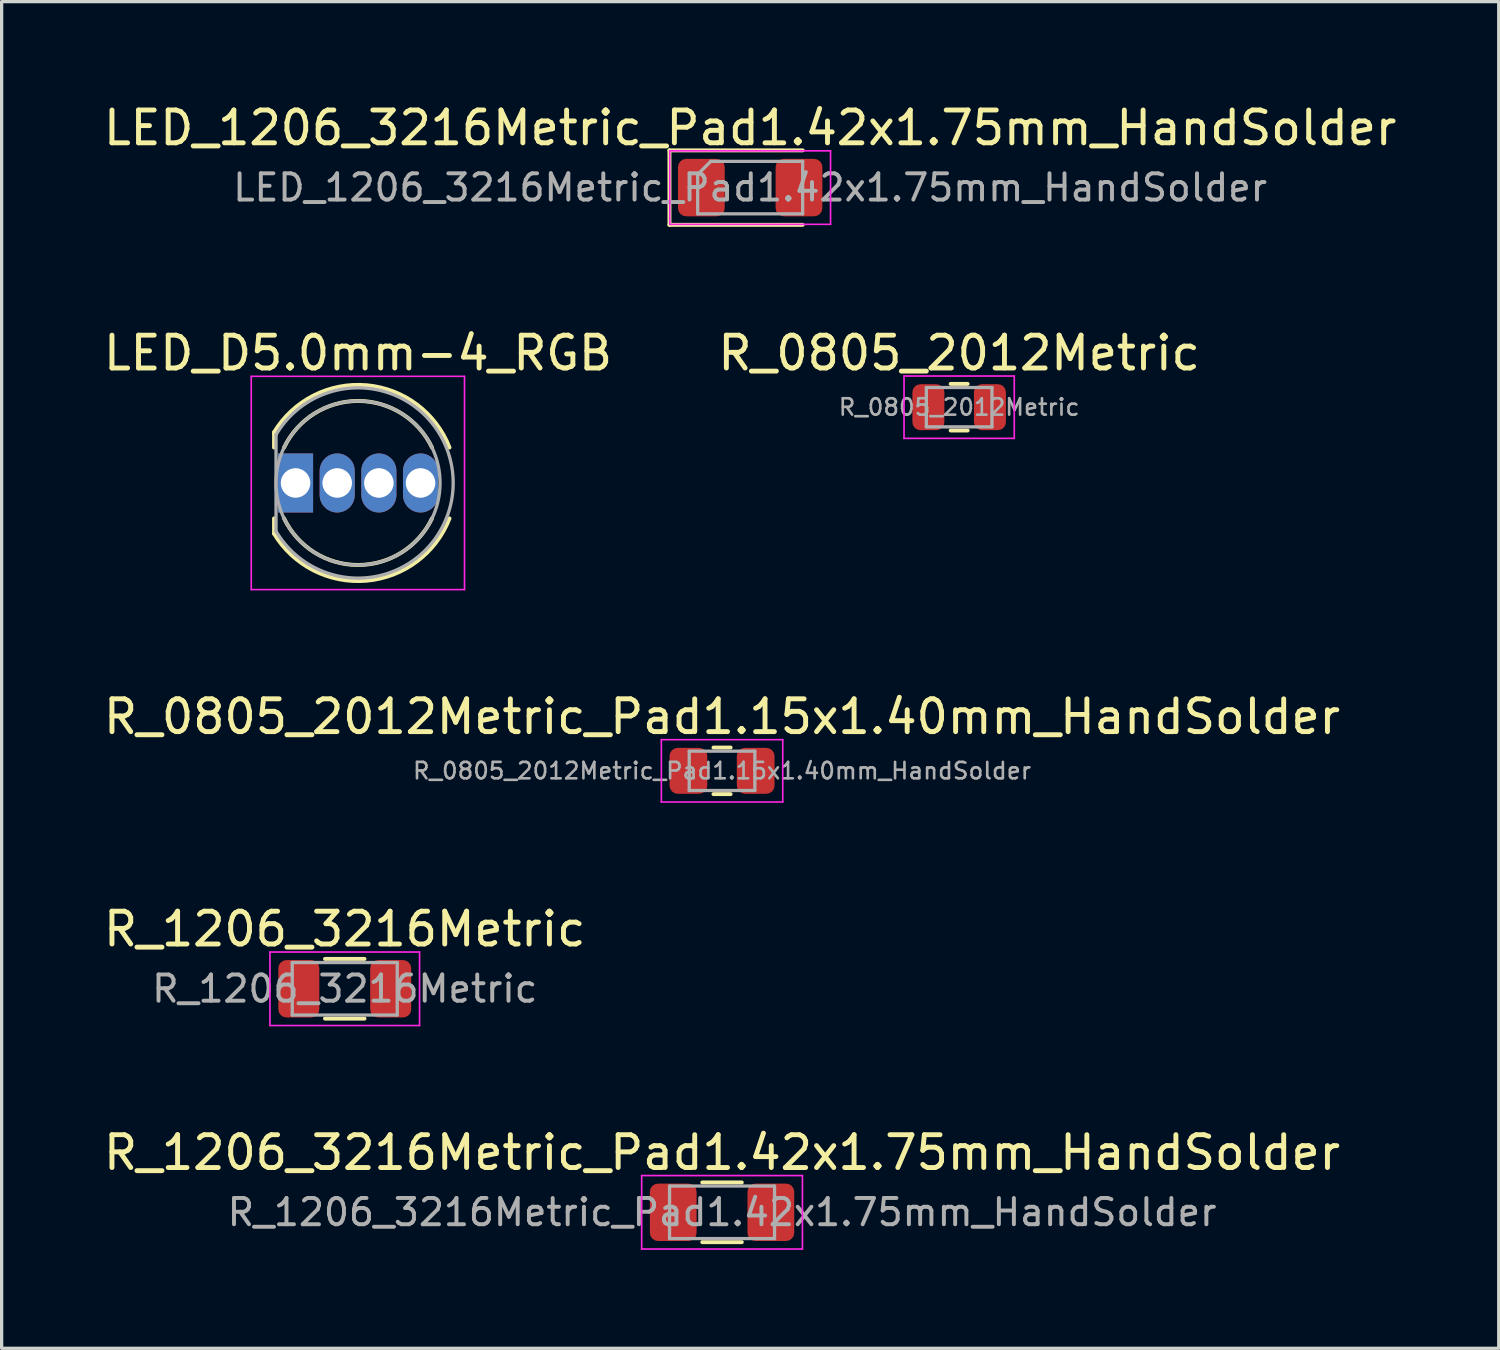
<source format=kicad_pcb>
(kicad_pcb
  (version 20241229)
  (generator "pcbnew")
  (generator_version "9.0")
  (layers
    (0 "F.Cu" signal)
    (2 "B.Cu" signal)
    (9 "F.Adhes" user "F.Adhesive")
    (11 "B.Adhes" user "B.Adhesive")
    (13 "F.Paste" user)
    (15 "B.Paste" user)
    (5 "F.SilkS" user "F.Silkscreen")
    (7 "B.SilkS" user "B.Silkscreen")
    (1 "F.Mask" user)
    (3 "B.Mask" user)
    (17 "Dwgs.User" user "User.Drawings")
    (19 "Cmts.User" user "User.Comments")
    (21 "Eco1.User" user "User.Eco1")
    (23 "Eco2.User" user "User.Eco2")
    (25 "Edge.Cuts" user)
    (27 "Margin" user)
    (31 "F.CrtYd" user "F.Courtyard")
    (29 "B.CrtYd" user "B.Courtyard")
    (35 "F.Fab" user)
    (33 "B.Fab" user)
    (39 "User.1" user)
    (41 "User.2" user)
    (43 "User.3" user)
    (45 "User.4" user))
  (footprint "R_1206_3216Metric_Pad1.42x1.75mm_HandSolder"
    (layer "F.Cu")
    (at 18.958 33.901)
    (property "Reference" "R_1206_3216Metric_Pad1.42x1.75mm_HandSolder" (at 0 -1.82 0) (layer "F.SilkS") (effects (font (size 1 1) (thickness 0.15))))
    (attr smd)
    (fp_line (start -0.602 -0.91) (end 0.602 -0.91) (stroke (width 0.12) (type solid)) (layer "F.SilkS"))
    (fp_line (start -0.602 0.91) (end 0.602 0.91) (stroke (width 0.12) (type solid)) (layer "F.SilkS"))
    (fp_line (start -2.45 -1.12) (end 2.45 -1.12) (stroke (width 0.05) (type solid)) (layer "F.CrtYd"))
    (fp_line (start -2.45 1.12) (end -2.45 -1.12) (stroke (width 0.05) (type solid)) (layer "F.CrtYd"))
    (fp_line (start 2.45 -1.12) (end 2.45 1.12) (stroke (width 0.05) (type solid)) (layer "F.CrtYd"))
    (fp_line (start 2.45 1.12) (end -2.45 1.12) (stroke (width 0.05) (type solid)) (layer "F.CrtYd"))
    (fp_line (start -1.6 -0.8) (end 1.6 -0.8) (stroke (width 0.1) (type solid)) (layer "F.Fab"))
    (fp_line (start -1.6 0.8) (end -1.6 -0.8) (stroke (width 0.1) (type solid)) (layer "F.Fab"))
    (fp_line (start 1.6 -0.8) (end 1.6 0.8) (stroke (width 0.1) (type solid)) (layer "F.Fab"))
    (fp_line (start 1.6 0.8) (end -1.6 0.8) (stroke (width 0.1) (type solid)) (layer "F.Fab"))
    (fp_text user "${REFERENCE}" (at 0 0 0) (layer "F.Fab") (effects (font (size 0.8 0.8) (thickness 0.12))))
    (pad "1" smd roundrect (at -1.488 0) (size 1.425 1.75) (layers "F.Cu" "F.Mask" "F.Paste") (roundrect_rratio 0.175))
    (pad "2" smd roundrect (at 1.488 0) (size 1.425 1.75) (layers "F.Cu" "F.Mask" "F.Paste") (roundrect_rratio 0.175)))
  (footprint "LED_1206_3216Metric_Pad1.42x1.75mm_HandSolder"
    (layer "F.Cu")
    (at 19.815 2.668)
    (property "Reference" "LED_1206_3216Metric_Pad1.42x1.75mm_HandSolder" (at 0 -1.82 0) (layer "F.SilkS") (effects (font (size 1 1) (thickness 0.15))))
    (attr smd)
    (fp_line (start -2.46 -1.135) (end -2.46 1.135) (stroke (width 0.12) (type solid)) (layer "F.SilkS"))
    (fp_line (start -2.46 1.135) (end 1.6 1.135) (stroke (width 0.12) (type solid)) (layer "F.SilkS"))
    (fp_line (start 1.6 -1.135) (end -2.46 -1.135) (stroke (width 0.12) (type solid)) (layer "F.SilkS"))
    (fp_line (start -2.45 -1.12) (end 2.45 -1.12) (stroke (width 0.05) (type solid)) (layer "F.CrtYd"))
    (fp_line (start -2.45 1.12) (end -2.45 -1.12) (stroke (width 0.05) (type solid)) (layer "F.CrtYd"))
    (fp_line (start 2.45 -1.12) (end 2.45 1.12) (stroke (width 0.05) (type solid)) (layer "F.CrtYd"))
    (fp_line (start 2.45 1.12) (end -2.45 1.12) (stroke (width 0.05) (type solid)) (layer "F.CrtYd"))
    (fp_line (start -1.6 -0.4) (end -1.6 0.8) (stroke (width 0.1) (type solid)) (layer "F.Fab"))
    (fp_line (start -1.6 0.8) (end 1.6 0.8) (stroke (width 0.1) (type solid)) (layer "F.Fab"))
    (fp_line (start -1.2 -0.8) (end -1.6 -0.4) (stroke (width 0.1) (type solid)) (layer "F.Fab"))
    (fp_line (start 1.6 -0.8) (end -1.2 -0.8) (stroke (width 0.1) (type solid)) (layer "F.Fab"))
    (fp_line (start 1.6 0.8) (end 1.6 -0.8) (stroke (width 0.1) (type solid)) (layer "F.Fab"))
    (fp_text user "${REFERENCE}" (at 0 0 0) (layer "F.Fab") (effects (font (size 0.8 0.8) (thickness 0.12))))
    (pad "1" smd roundrect (at -1.488 0) (size 1.425 1.75) (layers "F.Cu" "F.Mask" "F.Paste") (roundrect_rratio 0.175))
    (pad "2" smd roundrect (at 1.488 0) (size 1.425 1.75) (layers "F.Cu" "F.Mask" "F.Paste") (roundrect_rratio 0.175)))
  (footprint "R_0805_2012Metric"
    (layer "F.Cu")
    (at 26.185 9.361)
    (property "Reference" "R_0805_2012Metric" (at 0 -1.65 0) (layer "F.SilkS") (effects (font (size 1 1) (thickness 0.15))))
    (attr smd)
    (fp_line (start -0.259 -0.71) (end 0.259 -0.71) (stroke (width 0.12) (type solid)) (layer "F.SilkS"))
    (fp_line (start -0.259 0.71) (end 0.259 0.71) (stroke (width 0.12) (type solid)) (layer "F.SilkS"))
    (fp_line (start -1.68 -0.95) (end 1.68 -0.95) (stroke (width 0.05) (type solid)) (layer "F.CrtYd"))
    (fp_line (start -1.68 0.95) (end -1.68 -0.95) (stroke (width 0.05) (type solid)) (layer "F.CrtYd"))
    (fp_line (start 1.68 -0.95) (end 1.68 0.95) (stroke (width 0.05) (type solid)) (layer "F.CrtYd"))
    (fp_line (start 1.68 0.95) (end -1.68 0.95) (stroke (width 0.05) (type solid)) (layer "F.CrtYd"))
    (fp_line (start -1 -0.6) (end 1 -0.6) (stroke (width 0.1) (type solid)) (layer "F.Fab"))
    (fp_line (start -1 0.6) (end -1 -0.6) (stroke (width 0.1) (type solid)) (layer "F.Fab"))
    (fp_line (start 1 -0.6) (end 1 0.6) (stroke (width 0.1) (type solid)) (layer "F.Fab"))
    (fp_line (start 1 0.6) (end -1 0.6) (stroke (width 0.1) (type solid)) (layer "F.Fab"))
    (fp_text user "${REFERENCE}" (at 0 0 0) (layer "F.Fab") (effects (font (size 0.5 0.5) (thickness 0.08))))
    (pad "1" smd roundrect (at -0.938 0) (size 0.975 1.4) (layers "F.Cu" "F.Mask" "F.Paste") (roundrect_rratio 0.25))
    (pad "2" smd roundrect (at 0.938 0) (size 0.975 1.4) (layers "F.Cu" "F.Mask" "F.Paste") (roundrect_rratio 0.25)))
  (footprint "R_1206_3216Metric"
    (layer "F.Cu")
    (at 7.458 27.088)
    (property "Reference" "R_1206_3216Metric" (at 0 -1.82 0) (layer "F.SilkS") (effects (font (size 1 1) (thickness 0.15))))
    (attr smd)
    (fp_line (start -0.602 -0.91) (end 0.602 -0.91) (stroke (width 0.12) (type solid)) (layer "F.SilkS"))
    (fp_line (start -0.602 0.91) (end 0.602 0.91) (stroke (width 0.12) (type solid)) (layer "F.SilkS"))
    (fp_line (start -2.28 -1.12) (end 2.28 -1.12) (stroke (width 0.05) (type solid)) (layer "F.CrtYd"))
    (fp_line (start -2.28 1.12) (end -2.28 -1.12) (stroke (width 0.05) (type solid)) (layer "F.CrtYd"))
    (fp_line (start 2.28 -1.12) (end 2.28 1.12) (stroke (width 0.05) (type solid)) (layer "F.CrtYd"))
    (fp_line (start 2.28 1.12) (end -2.28 1.12) (stroke (width 0.05) (type solid)) (layer "F.CrtYd"))
    (fp_line (start -1.6 -0.8) (end 1.6 -0.8) (stroke (width 0.1) (type solid)) (layer "F.Fab"))
    (fp_line (start -1.6 0.8) (end -1.6 -0.8) (stroke (width 0.1) (type solid)) (layer "F.Fab"))
    (fp_line (start 1.6 -0.8) (end 1.6 0.8) (stroke (width 0.1) (type solid)) (layer "F.Fab"))
    (fp_line (start 1.6 0.8) (end -1.6 0.8) (stroke (width 0.1) (type solid)) (layer "F.Fab"))
    (fp_text user "${REFERENCE}" (at 0 0 0) (layer "F.Fab") (effects (font (size 0.8 0.8) (thickness 0.12))))
    (pad "1" smd roundrect (at -1.4 0) (size 1.25 1.75) (layers "F.Cu" "F.Mask" "F.Paste") (roundrect_rratio 0.2))
    (pad "2" smd roundrect (at 1.4 0) (size 1.25 1.75) (layers "F.Cu" "F.Mask" "F.Paste") (roundrect_rratio 0.2)))
  (footprint "LED_D5.0mm-4_RGB"
    (layer "F.Cu")
    (at 5.958 11.671)
    (property "Reference" "LED_D5.0mm-4_RGB" (at 1.905 -3.96 0) (layer "F.SilkS") (effects (font (size 1 1) (thickness 0.15))))
    (attr through_hole)
    (fp_line (start -0.655 -1.545) (end -0.655 -1.08) (stroke (width 0.12) (type solid)) (layer "F.SilkS"))
    (fp_line (start -0.655 1.08) (end -0.655 1.545) (stroke (width 0.12) (type solid)) (layer "F.SilkS"))
    (fp_arc (start -0.655 -1.54483) (mid 2.163456 -2.978809) (end 4.692815 -1.080827) (stroke (width 0.12) (type solid)) (layer "F.SilkS"))
    (fp_arc (start -0.349684 -1.08) (mid 1.904762 -2.5) (end 4.159479 -1.080429) (stroke (width 0.12) (type solid)) (layer "F.SilkS"))
    (fp_arc (start 4.159479 1.080429) (mid 1.904762 2.5) (end -0.349684 1.08) (stroke (width 0.12) (type solid)) (layer "F.SilkS"))
    (fp_arc (start 4.692815 1.080827) (mid 2.163456 2.978808) (end -0.655 1.54483) (stroke (width 0.12) (type solid)) (layer "F.SilkS"))
    (fp_line (start -1.35 -3.25) (end -1.35 3.25) (stroke (width 0.05) (type solid)) (layer "F.CrtYd"))
    (fp_line (start -1.35 3.25) (end 5.15 3.25) (stroke (width 0.05) (type solid)) (layer "F.CrtYd"))
    (fp_line (start 5.15 -3.25) (end -1.35 -3.25) (stroke (width 0.05) (type solid)) (layer "F.CrtYd"))
    (fp_line (start 5.15 3.25) (end 5.15 -3.25) (stroke (width 0.05) (type solid)) (layer "F.CrtYd"))
    (fp_line (start -0.595 -1.47) (end -0.595 1.47) (stroke (width 0.1) (type solid)) (layer "F.Fab"))
    (fp_arc (start -0.595 -1.469694) (mid 4.805 0.000016) (end -0.595016 1.469666) (stroke (width 0.1) (type solid)) (layer "F.Fab"))
    (fp_circle (center 1.905 0) (end 4.405 0) (stroke (width 0.1) (type solid)) (fill no) (layer "F.Fab"))
    (pad "1" thru_hole rect (at 0 0) (size 1.07 1.8) (drill 0.9) (layers "*.Cu" "*.Mask"))
    (pad "2" thru_hole oval (at 1.27 0) (size 1.07 1.8) (drill 0.9) (layers "*.Cu" "*.Mask"))
    (pad "3" thru_hole oval (at 2.54 0) (size 1.07 1.8) (drill 0.9) (layers "*.Cu" "*.Mask"))
    (pad "4" thru_hole oval (at 3.81 0) (size 1.07 1.8) (drill 0.9) (layers "*.Cu" "*.Mask")))
  (footprint "R_0805_2012Metric_Pad1.15x1.40mm_HandSolder"
    (layer "F.Cu")
    (at 18.958 20.445)
    (property "Reference" "R_0805_2012Metric_Pad1.15x1.40mm_HandSolder" (at 0 -1.65 0) (layer "F.SilkS") (effects (font (size 1 1) (thickness 0.15))))
    (attr smd)
    (fp_line (start -0.261 -0.71) (end 0.261 -0.71) (stroke (width 0.12) (type solid)) (layer "F.SilkS"))
    (fp_line (start -0.261 0.71) (end 0.261 0.71) (stroke (width 0.12) (type solid)) (layer "F.SilkS"))
    (fp_line (start -1.85 -0.95) (end 1.85 -0.95) (stroke (width 0.05) (type solid)) (layer "F.CrtYd"))
    (fp_line (start -1.85 0.95) (end -1.85 -0.95) (stroke (width 0.05) (type solid)) (layer "F.CrtYd"))
    (fp_line (start 1.85 -0.95) (end 1.85 0.95) (stroke (width 0.05) (type solid)) (layer "F.CrtYd"))
    (fp_line (start 1.85 0.95) (end -1.85 0.95) (stroke (width 0.05) (type solid)) (layer "F.CrtYd"))
    (fp_line (start -1 -0.6) (end 1 -0.6) (stroke (width 0.1) (type solid)) (layer "F.Fab"))
    (fp_line (start -1 0.6) (end -1 -0.6) (stroke (width 0.1) (type solid)) (layer "F.Fab"))
    (fp_line (start 1 -0.6) (end 1 0.6) (stroke (width 0.1) (type solid)) (layer "F.Fab"))
    (fp_line (start 1 0.6) (end -1 0.6) (stroke (width 0.1) (type solid)) (layer "F.Fab"))
    (fp_text user "${REFERENCE}" (at 0 0 0) (layer "F.Fab") (effects (font (size 0.5 0.5) (thickness 0.08))))
    (pad "1" smd roundrect (at -1.025 0) (size 1.15 1.4) (layers "F.Cu" "F.Mask" "F.Paste") (roundrect_rratio 0.217))
    (pad "2" smd roundrect (at 1.025 0) (size 1.15 1.4) (layers "F.Cu" "F.Mask" "F.Paste") (roundrect_rratio 0.217)))
  (gr_rect
    (start -3 -3)
    (end 42.631 38.046)
    (stroke (width 0.1) (type default))
    (fill no)
    (layer "Edge.Cuts")))
</source>
